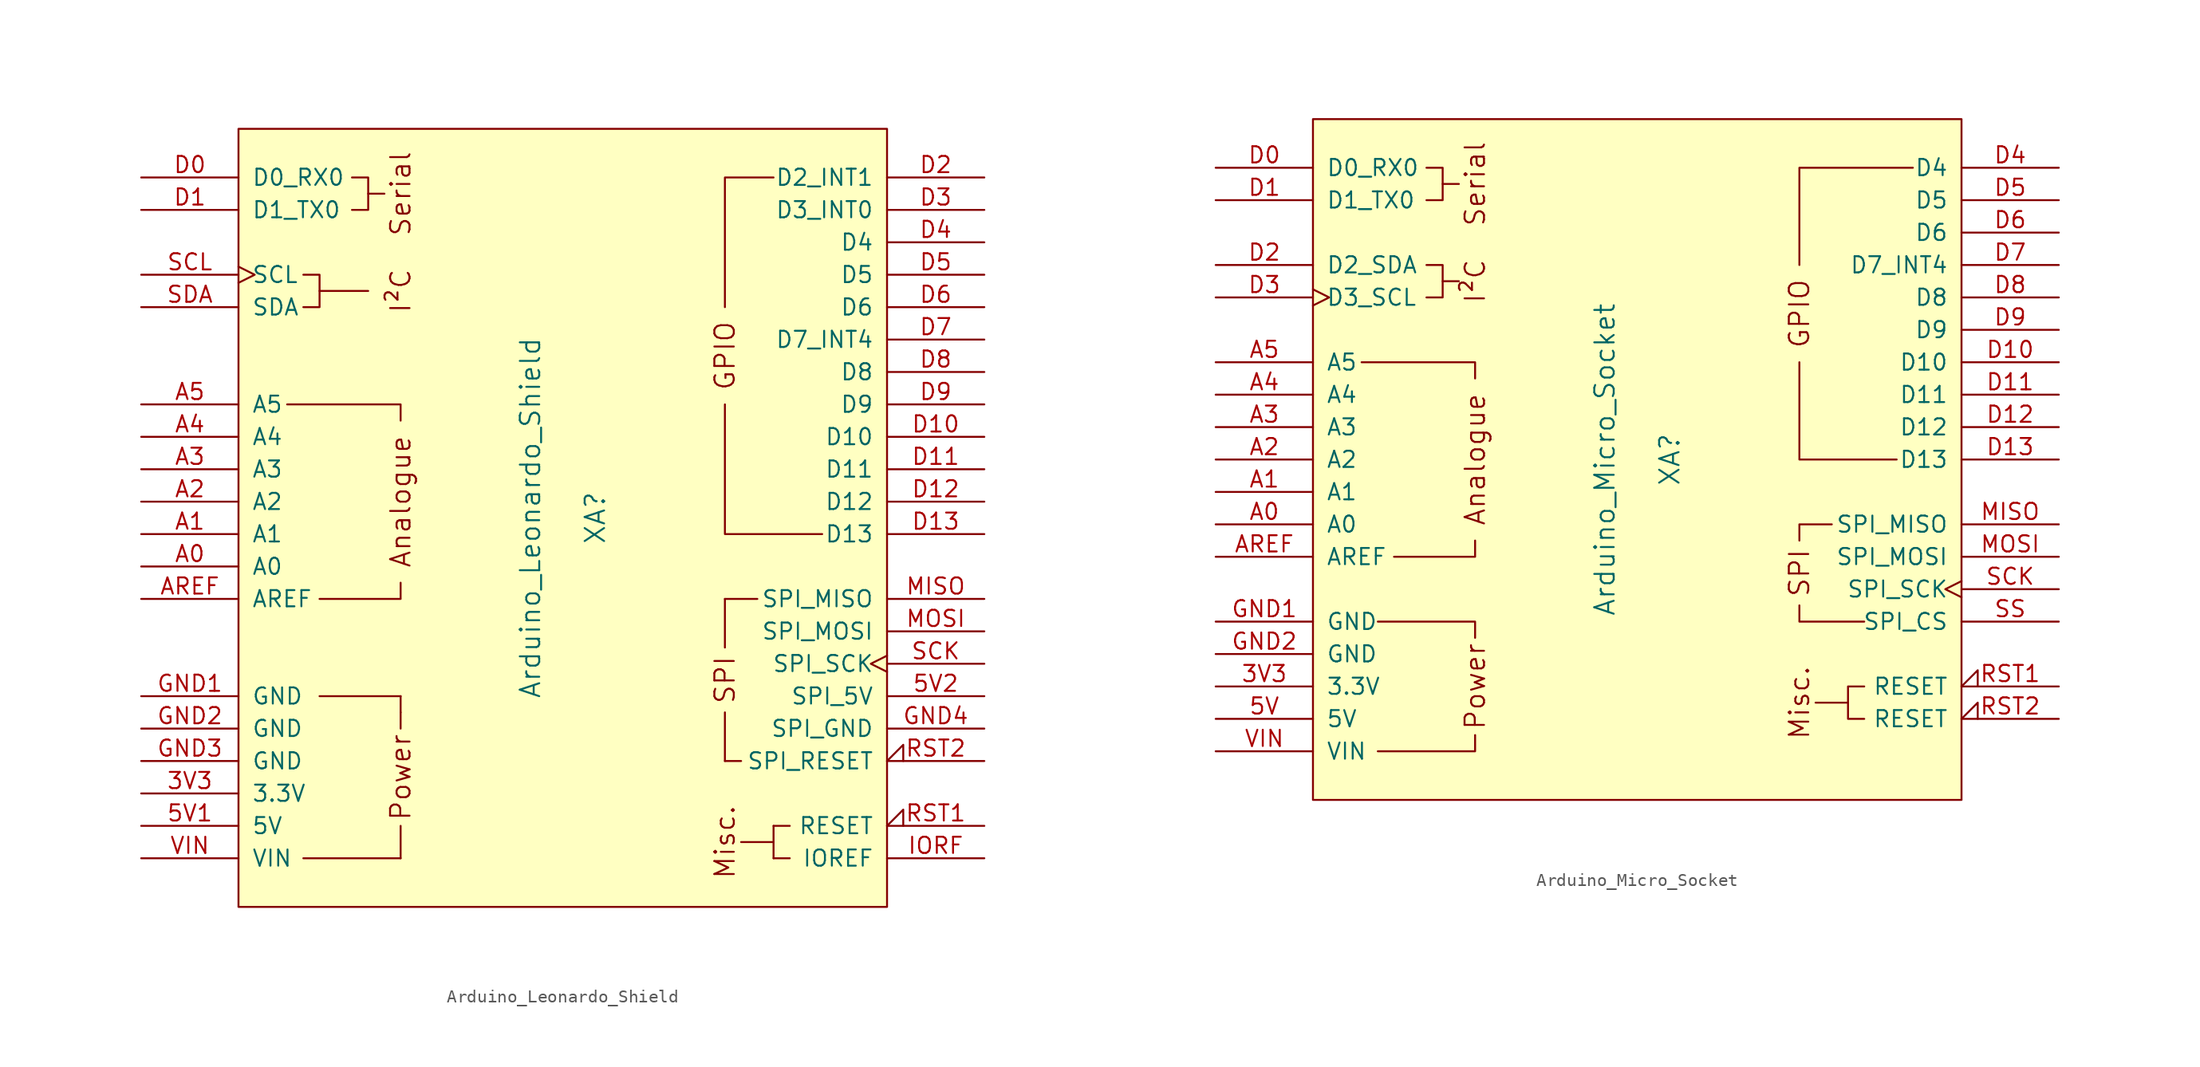
<source format=kicad_sym>
(kicad_symbol_lib
  (version 20211014)
  (generator kicad_symbol_editor)
  (symbol "Arduino_Leonardo_Shield"
    (pin_names
      (offset 1.016))
    (property "Reference" "XA"
      (at 2.54 0 90)
      (effects (font (size 1.524 1.524))))
    (property "Value" "Arduino_Leonardo_Shield"
      (at -2.54 0 90)
      (effects (font (size 1.524 1.524))))
    (symbol "Arduino_Leonardo_Shield_0_0"
      (rectangle (start -25.4 30.48) (end 25.4 -30.48) (stroke (width 0) (type default) (color 0 0 0 0)) (fill (type background)))
      (rectangle (start -20.32 -26.67) (end -12.7 -26.67) (stroke (width 0) (type default) (color 0 0 0 0)) (fill (type none)))
      (rectangle (start -19.05 -13.97) (end -12.7 -13.97) (stroke (width 0) (type default) (color 0 0 0 0)) (fill (type none)))
      (polyline (pts (xy -19.05 17.78) (xy -15.24 17.78)) (stroke (width 0) (type default) (color 0 0 0 0)) (fill (type none)))
      (polyline (pts (xy -15.24 25.4) (xy -13.97 25.4)) (stroke (width 0) (type default) (color 0 0 0 0)) (fill (type none)))
      (polyline (pts (xy -12.7 -26.67) (xy -12.7 -24.13)) (stroke (width 0) (type default) (color 0 0 0 0)) (fill (type none)))
      (polyline (pts (xy -12.7 -15.24) (xy -12.7 -16.51)) (stroke (width 0) (type default) (color 0 0 0 0)) (fill (type none)))
      (polyline (pts (xy -12.7 -13.97) (xy -12.7 -15.24)) (stroke (width 0) (type default) (color 0 0 0 0)) (fill (type none)))
      (polyline (pts (xy -12.7 -5.08) (xy -12.7 -6.35) (xy -19.05 -6.35)) (stroke (width 0) (type default) (color 0 0 0 0)) (fill (type none)))
      (polyline (pts (xy -12.7 7.62) (xy -12.7 8.89) (xy -21.59 8.89)) (stroke (width 0) (type default) (color 0 0 0 0)) (fill (type none)))
      (polyline (pts (xy 12.7 8.89) (xy 12.7 -1.27) (xy 20.32 -1.27)) (stroke (width 0) (type default) (color 0 0 0 0)) (fill (type none)))
      (polyline (pts (xy 12.7 16.51) (xy 12.7 26.67) (xy 16.51 26.67)) (stroke (width 0) (type default) (color 0 0 0 0)) (fill (type none)))
      (polyline (pts (xy -20.32 19.05) (xy -19.05 19.05) (xy -19.05 16.51) (xy -20.32 16.51)) (stroke (width 0) (type default) (color 0 0 0 0)) (fill (type none)))
      (polyline (pts (xy -16.51 26.67) (xy -15.24 26.67) (xy -15.24 24.13) (xy -16.51 24.13)) (stroke (width 0) (type default) (color 0 0 0 0)) (fill (type none)))
      (rectangle (start 12.7 -19.05) (end 12.7 -15.24) (stroke (width 0) (type default) (color 0 0 0 0)) (fill (type none)))
      (rectangle (start 12.7 -10.16) (end 12.7 -6.35) (stroke (width 0) (type default) (color 0 0 0 0)) (fill (type none)))
      (rectangle (start 13.97 -19.05) (end 12.7 -19.05) (stroke (width 0) (type default) (color 0 0 0 0)) (fill (type none)))
      (rectangle (start 15.24 -6.35) (end 12.7 -6.35) (stroke (width 0) (type default) (color 0 0 0 0)) (fill (type none)))
      (rectangle (start 16.51 -25.4) (end 13.97 -25.4) (stroke (width 0) (type default) (color 0 0 0 0)) (fill (type none)))
      (rectangle (start 16.51 -24.13) (end 16.51 -26.67) (stroke (width 0) (type default) (color 0 0 0 0)) (fill (type none)))
      (rectangle (start 17.78 -26.67) (end 16.51 -26.67) (stroke (width 0) (type default) (color 0 0 0 0)) (fill (type none)))
      (rectangle (start 17.78 -24.13) (end 16.51 -24.13) (stroke (width 0) (type default) (color 0 0 0 0)) (fill (type none)))
      (text "Analogue" (at -12.7 1.27 900) (effects (font (size 1.524 1.524))))
      (text "I²C" (at -12.7 17.78 900) (effects (font (size 1.524 1.524))))
      (text "Misc." (at 12.7 -25.4 900) (effects (font (size 1.524 1.524))))
      (text "Power" (at -12.7 -20.32 900) (effects (font (size 1.524 1.524))))
      (text "Serial" (at -12.7 25.4 900) (effects (font (size 1.524 1.524))))
      (text "SPI" (at 12.7 -12.7 900) (effects (font (size 1.524 1.524)))))
    (symbol "Arduino_Leonardo_Shield_1_0"
      (text "GPIO" (at 12.7 12.7 900) (effects (font (size 1.524 1.524)))))
    (symbol "Arduino_Leonardo_Shield_1_1"
      (pin power_out line (at -33.02 -21.59 0) (length 7.62) (name "3.3V" (effects (font (size 1.27 1.27)))) (number "3V3" (effects (font (size 1.27 1.27)))))
      (pin power_in line (at -33.02 -24.13 0) (length 7.62) (name "5V" (effects (font (size 1.27 1.27)))) (number "5V1" (effects (font (size 1.27 1.27)))))
      (pin power_in line (at 33.02 -13.97 180) (length 7.62) (name "SPI_5V" (effects (font (size 1.27 1.27)))) (number "5V2" (effects (font (size 1.27 1.27)))))
      (pin bidirectional line (at -33.02 -3.81 0) (length 7.62) (name "A0" (effects (font (size 1.27 1.27)))) (number "A0" (effects (font (size 1.27 1.27)))))
      (pin bidirectional line (at -33.02 -1.27 0) (length 7.62) (name "A1" (effects (font (size 1.27 1.27)))) (number "A1" (effects (font (size 1.27 1.27)))))
      (pin bidirectional line (at -33.02 1.27 0) (length 7.62) (name "A2" (effects (font (size 1.27 1.27)))) (number "A2" (effects (font (size 1.27 1.27)))))
      (pin bidirectional line (at -33.02 3.81 0) (length 7.62) (name "A3" (effects (font (size 1.27 1.27)))) (number "A3" (effects (font (size 1.27 1.27)))))
      (pin bidirectional line (at -33.02 6.35 0) (length 7.62) (name "A4" (effects (font (size 1.27 1.27)))) (number "A4" (effects (font (size 1.27 1.27)))))
      (pin bidirectional line (at -33.02 8.89 0) (length 7.62) (name "A5" (effects (font (size 1.27 1.27)))) (number "A5" (effects (font (size 1.27 1.27)))))
      (pin input line (at -33.02 -6.35 0) (length 7.62) (name "AREF" (effects (font (size 1.27 1.27)))) (number "AREF" (effects (font (size 1.27 1.27)))))
      (pin bidirectional line (at -33.02 26.67 0) (length 7.62) (name "D0_RX0" (effects (font (size 1.27 1.27)))) (number "D0" (effects (font (size 1.27 1.27)))))
      (pin bidirectional line (at -33.02 24.13 0) (length 7.62) (name "D1_TX0" (effects (font (size 1.27 1.27)))) (number "D1" (effects (font (size 1.27 1.27)))))
      (pin bidirectional line (at 33.02 6.35 180) (length 7.62) (name "D10" (effects (font (size 1.27 1.27)))) (number "D10" (effects (font (size 1.27 1.27)))))
      (pin bidirectional line (at 33.02 3.81 180) (length 7.62) (name "D11" (effects (font (size 1.27 1.27)))) (number "D11" (effects (font (size 1.27 1.27)))))
      (pin bidirectional line (at 33.02 1.27 180) (length 7.62) (name "D12" (effects (font (size 1.27 1.27)))) (number "D12" (effects (font (size 1.27 1.27)))))
      (pin bidirectional line (at 33.02 -1.27 180) (length 7.62) (name "D13" (effects (font (size 1.27 1.27)))) (number "D13" (effects (font (size 1.27 1.27)))))
      (pin bidirectional line (at 33.02 26.67 180) (length 7.62) (name "D2_INT1" (effects (font (size 1.27 1.27)))) (number "D2" (effects (font (size 1.27 1.27)))))
      (pin bidirectional line (at 33.02 24.13 180) (length 7.62) (name "D3_INT0" (effects (font (size 1.27 1.27)))) (number "D3" (effects (font (size 1.27 1.27)))))
      (pin bidirectional line (at 33.02 21.59 180) (length 7.62) (name "D4" (effects (font (size 1.27 1.27)))) (number "D4" (effects (font (size 1.27 1.27)))))
      (pin bidirectional line (at 33.02 19.05 180) (length 7.62) (name "D5" (effects (font (size 1.27 1.27)))) (number "D5" (effects (font (size 1.27 1.27)))))
      (pin bidirectional line (at 33.02 16.51 180) (length 7.62) (name "D6" (effects (font (size 1.27 1.27)))) (number "D6" (effects (font (size 1.27 1.27)))))
      (pin bidirectional line (at 33.02 13.97 180) (length 7.62) (name "D7_INT4" (effects (font (size 1.27 1.27)))) (number "D7" (effects (font (size 1.27 1.27)))))
      (pin bidirectional line (at 33.02 11.43 180) (length 7.62) (name "D8" (effects (font (size 1.27 1.27)))) (number "D8" (effects (font (size 1.27 1.27)))))
      (pin bidirectional line (at 33.02 8.89 180) (length 7.62) (name "D9" (effects (font (size 1.27 1.27)))) (number "D9" (effects (font (size 1.27 1.27)))))
      (pin power_in line (at -33.02 -13.97 0) (length 7.62) (name "GND" (effects (font (size 1.27 1.27)))) (number "GND1" (effects (font (size 1.27 1.27)))))
      (pin power_in line (at -33.02 -16.51 0) (length 7.62) (name "GND" (effects (font (size 1.27 1.27)))) (number "GND2" (effects (font (size 1.27 1.27)))))
      (pin power_in line (at -33.02 -19.05 0) (length 7.62) (name "GND" (effects (font (size 1.27 1.27)))) (number "GND3" (effects (font (size 1.27 1.27)))))
      (pin power_in line (at 33.02 -16.51 180) (length 7.62) (name "SPI_GND" (effects (font (size 1.27 1.27)))) (number "GND4" (effects (font (size 1.27 1.27)))))
      (pin output line (at 33.02 -26.67 180) (length 7.62) (name "IOREF" (effects (font (size 1.27 1.27)))) (number "IORF" (effects (font (size 1.27 1.27)))))
      (pin input line (at 33.02 -6.35 180) (length 7.62) (name "SPI_MISO" (effects (font (size 1.27 1.27)))) (number "MISO" (effects (font (size 1.27 1.27)))))
      (pin output line (at 33.02 -8.89 180) (length 7.62) (name "SPI_MOSI" (effects (font (size 1.27 1.27)))) (number "MOSI" (effects (font (size 1.27 1.27)))))
      (pin open_collector input_low (at 33.02 -24.13 180) (length 7.62) (name "RESET" (effects (font (size 1.27 1.27)))) (number "RST1" (effects (font (size 1.27 1.27)))))
      (pin open_collector input_low (at 33.02 -19.05 180) (length 7.62) (name "SPI_RESET" (effects (font (size 1.27 1.27)))) (number "RST2" (effects (font (size 1.27 1.27)))))
      (pin output clock (at 33.02 -11.43 180) (length 7.62) (name "SPI_SCK" (effects (font (size 1.27 1.27)))) (number "SCK" (effects (font (size 1.27 1.27)))))
      (pin bidirectional clock (at -33.02 19.05 0) (length 7.62) (name "SCL" (effects (font (size 1.27 1.27)))) (number "SCL" (effects (font (size 1.27 1.27)))))
      (pin bidirectional line (at -33.02 16.51 0) (length 7.62) (name "SDA" (effects (font (size 1.27 1.27)))) (number "SDA" (effects (font (size 1.27 1.27)))))
      (pin power_in line (at -33.02 -26.67 0) (length 7.62) (name "VIN" (effects (font (size 1.27 1.27)))) (number "VIN" (effects (font (size 1.27 1.27)))))))
  (symbol "Arduino_Micro_Socket"
    (pin_names
      (offset 1.016))
    (property "Reference" "XA"
      (at 2.54 0 90)
      (effects (font (size 1.524 1.524))))
    (property "Value" "Arduino_Micro_Socket"
      (at -2.54 0 90)
      (effects (font (size 1.524 1.524))))
    (symbol "Arduino_Micro_Socket_0_0"
      (rectangle (start -25.4 26.67) (end 25.4 -26.67) (stroke (width 0) (type default) (color 0 0 0 0)) (fill (type background)))
      (polyline (pts (xy -15.24 13.97) (xy -13.97 13.97)) (stroke (width 0) (type default) (color 0 0 0 0)) (fill (type none)))
      (polyline (pts (xy -15.24 21.59) (xy -13.97 21.59)) (stroke (width 0) (type default) (color 0 0 0 0)) (fill (type none)))
      (polyline (pts (xy 16.51 -19.05) (xy 13.97 -19.05)) (stroke (width 0) (type default) (color 0 0 0 0)) (fill (type none)))
      (polyline (pts (xy -20.32 -22.86) (xy -12.7 -22.86) (xy -12.7 -21.59)) (stroke (width 0) (type default) (color 0 0 0 0)) (fill (type none)))
      (polyline (pts (xy -12.7 -13.97) (xy -12.7 -12.7) (xy -20.32 -12.7)) (stroke (width 0) (type default) (color 0 0 0 0)) (fill (type none)))
      (polyline (pts (xy -12.7 -6.35) (xy -12.7 -7.62) (xy -19.05 -7.62)) (stroke (width 0) (type default) (color 0 0 0 0)) (fill (type none)))
      (polyline (pts (xy -12.7 6.35) (xy -12.7 7.62) (xy -21.59 7.62)) (stroke (width 0) (type default) (color 0 0 0 0)) (fill (type none)))
      (polyline (pts (xy 12.7 -11.43) (xy 12.7 -12.7) (xy 17.78 -12.7)) (stroke (width 0) (type default) (color 0 0 0 0)) (fill (type none)))
      (polyline (pts (xy 12.7 7.62) (xy 12.7 0) (xy 20.32 0)) (stroke (width 0) (type default) (color 0 0 0 0)) (fill (type none)))
      (polyline (pts (xy 15.24 -5.08) (xy 12.7 -5.08) (xy 12.7 -6.35)) (stroke (width 0) (type default) (color 0 0 0 0)) (fill (type none)))
      (polyline (pts (xy 21.59 22.86) (xy 12.7 22.86) (xy 12.7 15.24)) (stroke (width 0) (type default) (color 0 0 0 0)) (fill (type none)))
      (polyline (pts (xy -16.51 15.24) (xy -15.24 15.24) (xy -15.24 12.7) (xy -16.51 12.7)) (stroke (width 0) (type default) (color 0 0 0 0)) (fill (type none)))
      (polyline (pts (xy -16.51 22.86) (xy -15.24 22.86) (xy -15.24 20.32) (xy -16.51 20.32)) (stroke (width 0) (type default) (color 0 0 0 0)) (fill (type none)))
      (text "Analogue" (at -12.7 0 900) (effects (font (size 1.524 1.524))))
      (text "I²C" (at -12.7 13.97 900) (effects (font (size 1.524 1.524))))
      (text "Misc." (at 12.7 -19.05 900) (effects (font (size 1.524 1.524))))
      (text "Power" (at -12.7 -17.78 900) (effects (font (size 1.524 1.524))))
      (text "Serial" (at -12.7 21.59 900) (effects (font (size 1.524 1.524))))
      (text "SPI" (at 12.7 -8.89 900) (effects (font (size 1.524 1.524)))))
    (symbol "Arduino_Micro_Socket_0_1"
      (polyline (pts (xy 17.78 -17.78) (xy 16.51 -17.78) (xy 16.51 -20.32) (xy 17.78 -20.32)) (stroke (width 0) (type default) (color 0 0 0 0)) (fill (type none))))
    (symbol "Arduino_Micro_Socket_1_0"
      (text "GPIO" (at 12.7 11.43 900) (effects (font (size 1.524 1.524)))))
    (symbol "Arduino_Micro_Socket_1_1"
      (pin power_out line (at -33.02 -17.78 0) (length 7.62) (name "3.3V" (effects (font (size 1.27 1.27)))) (number "3V3" (effects (font (size 1.27 1.27)))))
      (pin power_in line (at -33.02 -20.32 0) (length 7.62) (name "5V" (effects (font (size 1.27 1.27)))) (number "5V" (effects (font (size 1.27 1.27)))))
      (pin bidirectional line (at -33.02 -5.08 0) (length 7.62) (name "A0" (effects (font (size 1.27 1.27)))) (number "A0" (effects (font (size 1.27 1.27)))))
      (pin bidirectional line (at -33.02 -2.54 0) (length 7.62) (name "A1" (effects (font (size 1.27 1.27)))) (number "A1" (effects (font (size 1.27 1.27)))))
      (pin bidirectional line (at -33.02 0 0) (length 7.62) (name "A2" (effects (font (size 1.27 1.27)))) (number "A2" (effects (font (size 1.27 1.27)))))
      (pin bidirectional line (at -33.02 2.54 0) (length 7.62) (name "A3" (effects (font (size 1.27 1.27)))) (number "A3" (effects (font (size 1.27 1.27)))))
      (pin bidirectional line (at -33.02 5.08 0) (length 7.62) (name "A4" (effects (font (size 1.27 1.27)))) (number "A4" (effects (font (size 1.27 1.27)))))
      (pin bidirectional line (at -33.02 7.62 0) (length 7.62) (name "A5" (effects (font (size 1.27 1.27)))) (number "A5" (effects (font (size 1.27 1.27)))))
      (pin input line (at -33.02 -7.62 0) (length 7.62) (name "AREF" (effects (font (size 1.27 1.27)))) (number "AREF" (effects (font (size 1.27 1.27)))))
      (pin bidirectional line (at -33.02 22.86 0) (length 7.62) (name "D0_RX0" (effects (font (size 1.27 1.27)))) (number "D0" (effects (font (size 1.27 1.27)))))
      (pin bidirectional line (at -33.02 20.32 0) (length 7.62) (name "D1_TX0" (effects (font (size 1.27 1.27)))) (number "D1" (effects (font (size 1.27 1.27)))))
      (pin bidirectional line (at 33.02 7.62 180) (length 7.62) (name "D10" (effects (font (size 1.27 1.27)))) (number "D10" (effects (font (size 1.27 1.27)))))
      (pin bidirectional line (at 33.02 5.08 180) (length 7.62) (name "D11" (effects (font (size 1.27 1.27)))) (number "D11" (effects (font (size 1.27 1.27)))))
      (pin bidirectional line (at 33.02 2.54 180) (length 7.62) (name "D12" (effects (font (size 1.27 1.27)))) (number "D12" (effects (font (size 1.27 1.27)))))
      (pin bidirectional line (at 33.02 0 180) (length 7.62) (name "D13" (effects (font (size 1.27 1.27)))) (number "D13" (effects (font (size 1.27 1.27)))))
      (pin bidirectional line (at -33.02 15.24 0) (length 7.62) (name "D2_SDA" (effects (font (size 1.27 1.27)))) (number "D2" (effects (font (size 1.27 1.27)))))
      (pin bidirectional clock (at -33.02 12.7 0) (length 7.62) (name "D3_SCL" (effects (font (size 1.27 1.27)))) (number "D3" (effects (font (size 1.27 1.27)))))
      (pin bidirectional line (at 33.02 22.86 180) (length 7.62) (name "D4" (effects (font (size 1.27 1.27)))) (number "D4" (effects (font (size 1.27 1.27)))))
      (pin bidirectional line (at 33.02 20.32 180) (length 7.62) (name "D5" (effects (font (size 1.27 1.27)))) (number "D5" (effects (font (size 1.27 1.27)))))
      (pin bidirectional line (at 33.02 17.78 180) (length 7.62) (name "D6" (effects (font (size 1.27 1.27)))) (number "D6" (effects (font (size 1.27 1.27)))))
      (pin bidirectional line (at 33.02 15.24 180) (length 7.62) (name "D7_INT4" (effects (font (size 1.27 1.27)))) (number "D7" (effects (font (size 1.27 1.27)))))
      (pin bidirectional line (at 33.02 12.7 180) (length 7.62) (name "D8" (effects (font (size 1.27 1.27)))) (number "D8" (effects (font (size 1.27 1.27)))))
      (pin bidirectional line (at 33.02 10.16 180) (length 7.62) (name "D9" (effects (font (size 1.27 1.27)))) (number "D9" (effects (font (size 1.27 1.27)))))
      (pin power_in line (at -33.02 -12.7 0) (length 7.62) (name "GND" (effects (font (size 1.27 1.27)))) (number "GND1" (effects (font (size 1.27 1.27)))))
      (pin power_in line (at -33.02 -15.24 0) (length 7.62) (name "GND" (effects (font (size 1.27 1.27)))) (number "GND2" (effects (font (size 1.27 1.27)))))
      (pin input line (at 33.02 -5.08 180) (length 7.62) (name "SPI_MISO" (effects (font (size 1.27 1.27)))) (number "MISO" (effects (font (size 1.27 1.27)))))
      (pin output line (at 33.02 -7.62 180) (length 7.62) (name "SPI_MOSI" (effects (font (size 1.27 1.27)))) (number "MOSI" (effects (font (size 1.27 1.27)))))
      (pin open_collector input_low (at 33.02 -17.78 180) (length 7.62) (name "RESET" (effects (font (size 1.27 1.27)))) (number "RST1" (effects (font (size 1.27 1.27)))))
      (pin open_collector input_low (at 33.02 -20.32 180) (length 7.62) (name "RESET" (effects (font (size 1.27 1.27)))) (number "RST2" (effects (font (size 1.27 1.27)))))
      (pin output clock (at 33.02 -10.16 180) (length 7.62) (name "SPI_SCK" (effects (font (size 1.27 1.27)))) (number "SCK" (effects (font (size 1.27 1.27)))))
      (pin bidirectional line (at 33.02 -12.7 180) (length 7.62) (name "SPI_CS" (effects (font (size 1.27 1.27)))) (number "SS" (effects (font (size 1.27 1.27)))))
      (pin power_in line (at -33.02 -22.86 0) (length 7.62) (name "VIN" (effects (font (size 1.27 1.27)))) (number "VIN" (effects (font (size 1.27 1.27))))))))
</source>
